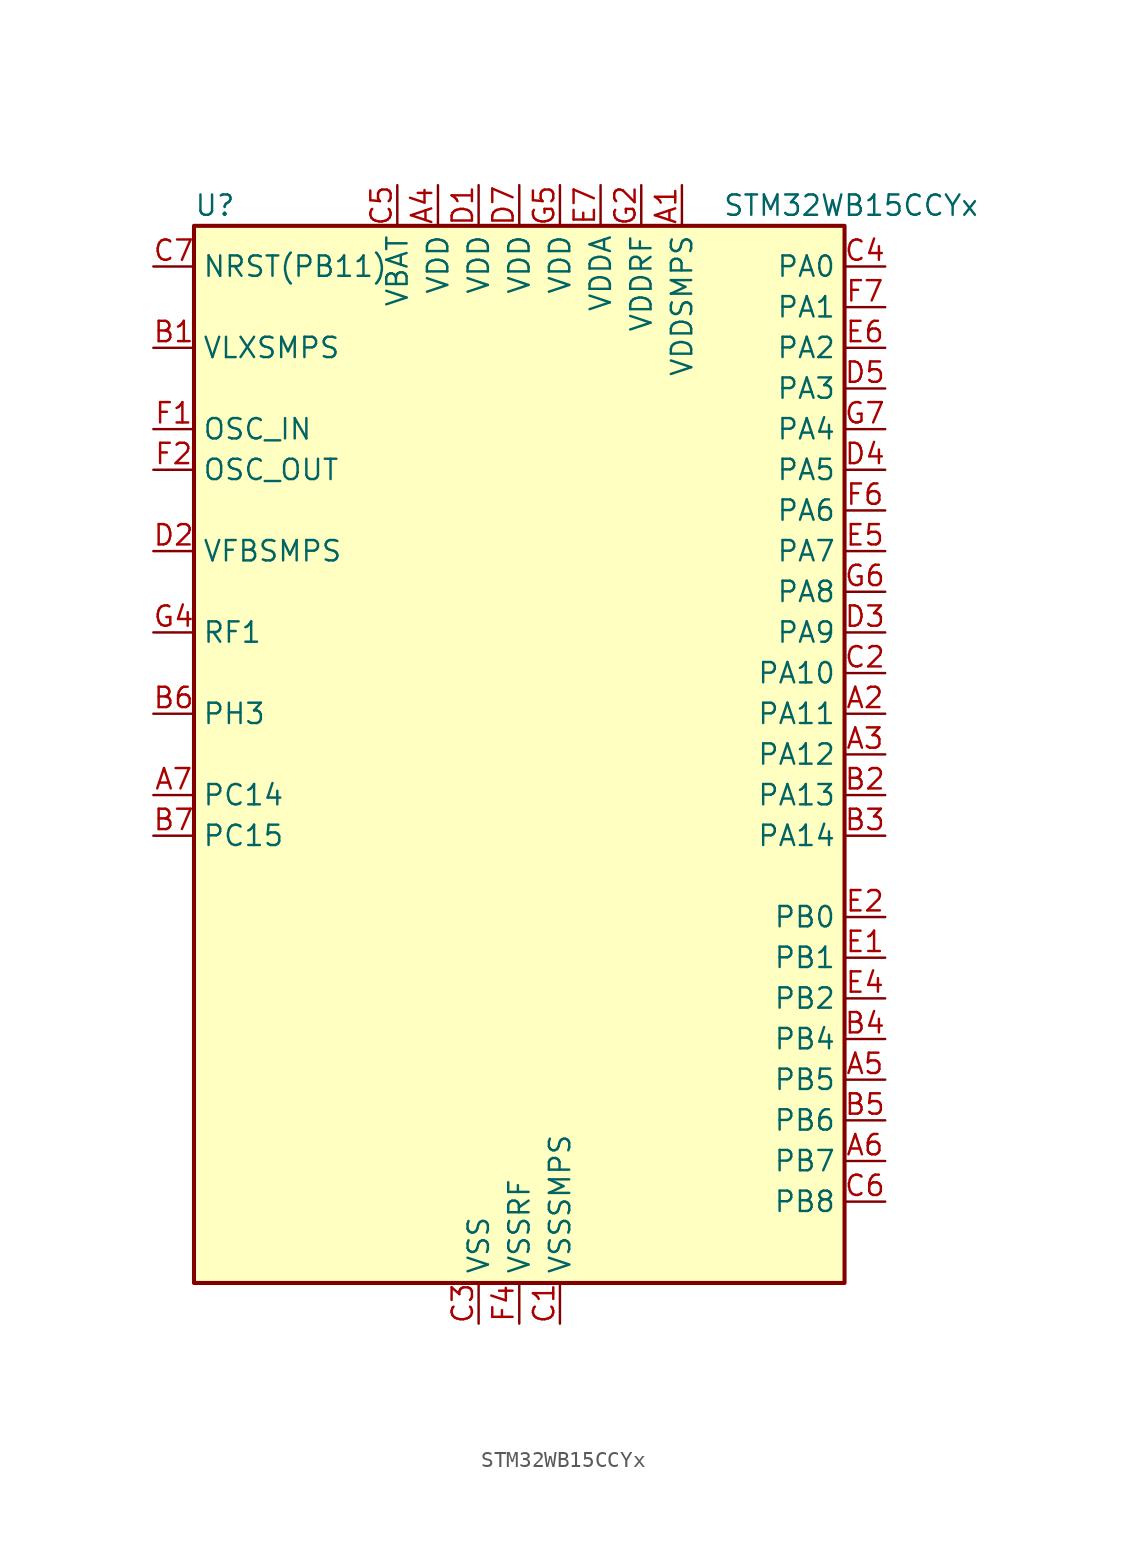
<source format=kicad_sym>
(kicad_symbol_lib
  (version 20231120)
  (generator "kicad_symbol_editor")
  (generator_version "8.0")
  (symbol "STM32WB15CCYx"
    (property "Reference" "U"
      (at -20.32 34.29 0)
      (effects (font (size 1.27 1.27)) (justify left)))
    (property "Value" "STM32WB15CCYx"
      (at 12.7 34.29 0)
      (effects (font (size 1.27 1.27)) (justify left)))
    (property "ki_locked" ""
      (at 0 0 0)
      (effects (font (size 1.27 1.27))))
    (symbol "STM32WB15CCYx_0_1"
      (rectangle (start -20.32 -33.02) (end 20.32 33.02) (stroke (width 0.254) (type default)) (fill (type background))))
    (symbol "STM32WB15CCYx_1_1"
      (pin power_in line (at 10.16 35.56 270) (length 2.54) (name "VDDSMPS" (effects (font (size 1.27 1.27)))) (number "A1" (effects (font (size 1.27 1.27)))))
      (pin bidirectional line (at 22.86 2.54 180) (length 2.54) (name "PA11" (effects (font (size 1.27 1.27)))) (number "A2" (effects (font (size 1.27 1.27)))) (alternate "ADC1_EXTI11" bidirectional line) (alternate "SPI1_MISO" bidirectional line) (alternate "TIM1_BKIN2" bidirectional line) (alternate "TIM1_CH4" bidirectional line) (alternate "USART1_CTS" bidirectional line) (alternate "USART1_NSS" bidirectional line))
      (pin bidirectional line (at 22.86 0 180) (length 2.54) (name "PA12" (effects (font (size 1.27 1.27)))) (number "A3" (effects (font (size 1.27 1.27)))) (alternate "LPUART1_RX" bidirectional line) (alternate "SPI1_MOSI" bidirectional line) (alternate "TIM1_ETR" bidirectional line) (alternate "USART1_DE" bidirectional line) (alternate "USART1_RTS" bidirectional line))
      (pin power_in line (at -5.08 35.56 270) (length 2.54) (name "VDD" (effects (font (size 1.27 1.27)))) (number "A4" (effects (font (size 1.27 1.27)))))
      (pin bidirectional line (at 22.86 -20.32 180) (length 2.54) (name "PB5" (effects (font (size 1.27 1.27)))) (number "A5" (effects (font (size 1.27 1.27)))) (alternate "I2C1_SMBA" bidirectional line) (alternate "LPTIM1_IN1" bidirectional line) (alternate "LPUART1_TX" bidirectional line) (alternate "SPI1_MOSI" bidirectional line) (alternate "TSC_G2_IO2" bidirectional line) (alternate "USART1_CK" bidirectional line))
      (pin bidirectional line (at 22.86 -25.4 180) (length 2.54) (name "PB7" (effects (font (size 1.27 1.27)))) (number "A6" (effects (font (size 1.27 1.27)))) (alternate "I2C1_SDA" bidirectional line) (alternate "LPTIM1_IN2" bidirectional line) (alternate "SYS_PVD_IN" bidirectional line) (alternate "TIM1_BKIN" bidirectional line) (alternate "TIM1_CH3" bidirectional line) (alternate "TSC_G2_IO4" bidirectional line) (alternate "USART1_RX" bidirectional line))
      (pin bidirectional line (at -22.86 -2.54 0) (length 2.54) (name "PC14" (effects (font (size 1.27 1.27)))) (number "A7" (effects (font (size 1.27 1.27)))) (alternate "RCC_OSC32_IN" bidirectional line))
      (pin power_in line (at -22.86 25.4 0) (length 2.54) (name "VLXSMPS" (effects (font (size 1.27 1.27)))) (number "B1" (effects (font (size 1.27 1.27)))))
      (pin bidirectional line (at 22.86 -2.54 180) (length 2.54) (name "PA13" (effects (font (size 1.27 1.27)))) (number "B2" (effects (font (size 1.27 1.27)))) (alternate "SPI1_MOSI" bidirectional line) (alternate "SYS_JTMS-SWDIO" bidirectional line) (alternate "TSC_G7_IO1" bidirectional line))
      (pin bidirectional line (at 22.86 -5.08 180) (length 2.54) (name "PA14" (effects (font (size 1.27 1.27)))) (number "B3" (effects (font (size 1.27 1.27)))) (alternate "I2C1_SMBA" bidirectional line) (alternate "LPTIM1_OUT" bidirectional line) (alternate "SPI1_NSS" bidirectional line) (alternate "SYS_JTCK-SWCLK" bidirectional line))
      (pin bidirectional line (at 22.86 -17.78 180) (length 2.54) (name "PB4" (effects (font (size 1.27 1.27)))) (number "B4" (effects (font (size 1.27 1.27)))) (alternate "SPI1_MISO" bidirectional line) (alternate "SYS_JTRST" bidirectional line) (alternate "TSC_G2_IO1" bidirectional line) (alternate "USART1_CTS" bidirectional line) (alternate "USART1_NSS" bidirectional line))
      (pin bidirectional line (at 22.86 -22.86 180) (length 2.54) (name "PB6" (effects (font (size 1.27 1.27)))) (number "B5" (effects (font (size 1.27 1.27)))) (alternate "I2C1_SCL" bidirectional line) (alternate "LPTIM1_ETR" bidirectional line) (alternate "RCC_MCO" bidirectional line) (alternate "SPI1_NSS" bidirectional line) (alternate "TSC_G2_IO3" bidirectional line) (alternate "USART1_TX" bidirectional line))
      (pin bidirectional line (at -22.86 2.54 0) (length 2.54) (name "PH3" (effects (font (size 1.27 1.27)))) (number "B6" (effects (font (size 1.27 1.27)))) (alternate "RCC_LSCO" bidirectional line))
      (pin bidirectional line (at -22.86 -5.08 0) (length 2.54) (name "PC15" (effects (font (size 1.27 1.27)))) (number "B7" (effects (font (size 1.27 1.27)))) (alternate "RCC_OSC32_OUT" bidirectional line))
      (pin power_in line (at 2.54 -35.56 90) (length 2.54) (name "VSSSMPS" (effects (font (size 1.27 1.27)))) (number "C1" (effects (font (size 1.27 1.27)))))
      (pin bidirectional line (at 22.86 5.08 180) (length 2.54) (name "PA10" (effects (font (size 1.27 1.27)))) (number "C2" (effects (font (size 1.27 1.27)))) (alternate "I2C1_SDA" bidirectional line) (alternate "TIM1_CH3" bidirectional line) (alternate "TSC_G7_IO2" bidirectional line) (alternate "USART1_RX" bidirectional line))
      (pin power_in line (at -2.54 -35.56 90) (length 2.54) (name "VSS" (effects (font (size 1.27 1.27)))) (number "C3" (effects (font (size 1.27 1.27)))))
      (pin bidirectional line (at 22.86 30.48 180) (length 2.54) (name "PA0" (effects (font (size 1.27 1.27)))) (number "C4" (effects (font (size 1.27 1.27)))) (alternate "ADC1_IN5" bidirectional line) (alternate "COMP1_INM" bidirectional line) (alternate "COMP1_OUT" bidirectional line) (alternate "RTC_TAMP2" bidirectional line) (alternate "SYS_WKUP1" bidirectional line) (alternate "TIM2_CH1" bidirectional line) (alternate "TIM2_ETR" bidirectional line))
      (pin power_in line (at -7.62 35.56 270) (length 2.54) (name "VBAT" (effects (font (size 1.27 1.27)))) (number "C5" (effects (font (size 1.27 1.27)))))
      (pin bidirectional line (at 22.86 -27.94 180) (length 2.54) (name "PB8" (effects (font (size 1.27 1.27)))) (number "C6" (effects (font (size 1.27 1.27)))) (alternate "I2C1_SCL" bidirectional line) (alternate "TIM1_CH2N" bidirectional line) (alternate "TSC_G7_IO3" bidirectional line))
      (pin input line (at -22.86 30.48 0) (length 2.54) (name "NRST(PB11)" (effects (font (size 1.27 1.27)))) (number "C7" (effects (font (size 1.27 1.27)))))
      (pin power_in line (at -2.54 35.56 270) (length 2.54) (name "VDD" (effects (font (size 1.27 1.27)))) (number "D1" (effects (font (size 1.27 1.27)))))
      (pin input line (at -22.86 12.7 0) (length 2.54) (name "VFBSMPS" (effects (font (size 1.27 1.27)))) (number "D2" (effects (font (size 1.27 1.27)))))
      (pin bidirectional line (at 22.86 7.62 180) (length 2.54) (name "PA9" (effects (font (size 1.27 1.27)))) (number "D3" (effects (font (size 1.27 1.27)))) (alternate "ADC1_IN4" bidirectional line) (alternate "COMP1_INM" bidirectional line) (alternate "I2C1_SCL" bidirectional line) (alternate "TIM1_CH2" bidirectional line) (alternate "USART1_TX" bidirectional line))
      (pin bidirectional line (at 22.86 17.78 180) (length 2.54) (name "PA5" (effects (font (size 1.27 1.27)))) (number "D4" (effects (font (size 1.27 1.27)))) (alternate "ADC1_IN10" bidirectional line) (alternate "COMP1_INM" bidirectional line) (alternate "LPTIM2_ETR" bidirectional line) (alternate "SPI1_MOSI" bidirectional line) (alternate "SPI1_SCK" bidirectional line) (alternate "TIM2_CH1" bidirectional line) (alternate "TIM2_ETR" bidirectional line))
      (pin bidirectional line (at 22.86 22.86 180) (length 2.54) (name "PA3" (effects (font (size 1.27 1.27)))) (number "D5" (effects (font (size 1.27 1.27)))) (alternate "ADC1_IN8" bidirectional line) (alternate "LPUART1_RX" bidirectional line) (alternate "TIM2_CH4" bidirectional line))
      (pin passive line (at -2.54 -35.56 90) (length 2.54) hide (name "VSS" (effects (font (size 1.27 1.27)))) (number "D6" (effects (font (size 1.27 1.27)))))
      (pin power_in line (at 0 35.56 270) (length 2.54) (name "VDD" (effects (font (size 1.27 1.27)))) (number "D7" (effects (font (size 1.27 1.27)))))
      (pin bidirectional line (at 22.86 -12.7 180) (length 2.54) (name "PB1" (effects (font (size 1.27 1.27)))) (number "E1" (effects (font (size 1.27 1.27)))) (alternate "LPTIM2_IN1" bidirectional line) (alternate "LPUART1_DE" bidirectional line) (alternate "LPUART1_RTS" bidirectional line))
      (pin bidirectional line (at 22.86 -10.16 180) (length 2.54) (name "PB0" (effects (font (size 1.27 1.27)))) (number "E2" (effects (font (size 1.27 1.27)))) (alternate "COMP1_OUT" bidirectional line) (alternate "RF_TX_MOD_EXT_PA" bidirectional line))
      (pin no_connect line (at -20.32 -33.02 0) (length 2.54) hide (name "AT0" (effects (font (size 1.27 1.27)))) (number "E3" (effects (font (size 1.27 1.27)))))
      (pin bidirectional line (at 22.86 -15.24 180) (length 2.54) (name "PB2" (effects (font (size 1.27 1.27)))) (number "E4" (effects (font (size 1.27 1.27)))) (alternate "COMP1_INP" bidirectional line) (alternate "LPTIM1_OUT" bidirectional line) (alternate "RTC_OUT" bidirectional line) (alternate "SPI1_NSS" bidirectional line))
      (pin bidirectional line (at 22.86 12.7 180) (length 2.54) (name "PA7" (effects (font (size 1.27 1.27)))) (number "E5" (effects (font (size 1.27 1.27)))) (alternate "ADC1_IN2" bidirectional line) (alternate "SPI1_MOSI" bidirectional line) (alternate "TIM1_CH1N" bidirectional line))
      (pin bidirectional line (at 22.86 25.4 180) (length 2.54) (name "PA2" (effects (font (size 1.27 1.27)))) (number "E6" (effects (font (size 1.27 1.27)))) (alternate "ADC1_IN7" bidirectional line) (alternate "LPUART1_TX" bidirectional line) (alternate "RCC_LSCO" bidirectional line) (alternate "SYS_WKUP4" bidirectional line) (alternate "TIM2_CH3" bidirectional line))
      (pin power_in line (at 5.08 35.56 270) (length 2.54) (name "VDDA" (effects (font (size 1.27 1.27)))) (number "E7" (effects (font (size 1.27 1.27)))))
      (pin input line (at -22.86 20.32 0) (length 2.54) (name "OSC_IN" (effects (font (size 1.27 1.27)))) (number "F1" (effects (font (size 1.27 1.27)))) (alternate "RCC_OSC_IN" bidirectional line))
      (pin input line (at -22.86 17.78 0) (length 2.54) (name "OSC_OUT" (effects (font (size 1.27 1.27)))) (number "F2" (effects (font (size 1.27 1.27)))) (alternate "RCC_OSC_OUT" bidirectional line))
      (pin no_connect line (at -20.32 -30.48 0) (length 2.54) hide (name "AT1" (effects (font (size 1.27 1.27)))) (number "F3" (effects (font (size 1.27 1.27)))))
      (pin power_in line (at 0 -35.56 90) (length 2.54) (name "VSSRF" (effects (font (size 1.27 1.27)))) (number "F4" (effects (font (size 1.27 1.27)))))
      (pin passive line (at -2.54 -35.56 90) (length 2.54) hide (name "VSS" (effects (font (size 1.27 1.27)))) (number "F5" (effects (font (size 1.27 1.27)))))
      (pin bidirectional line (at 22.86 15.24 180) (length 2.54) (name "PA6" (effects (font (size 1.27 1.27)))) (number "F6" (effects (font (size 1.27 1.27)))) (alternate "ADC1_IN11" bidirectional line) (alternate "LPUART1_CTS" bidirectional line) (alternate "SPI1_MISO" bidirectional line) (alternate "TIM1_BKIN" bidirectional line))
      (pin bidirectional line (at 22.86 27.94 180) (length 2.54) (name "PA1" (effects (font (size 1.27 1.27)))) (number "F7" (effects (font (size 1.27 1.27)))) (alternate "ADC1_IN6" bidirectional line) (alternate "COMP1_INP" bidirectional line) (alternate "I2C1_SMBA" bidirectional line) (alternate "SPI1_SCK" bidirectional line) (alternate "TIM2_CH2" bidirectional line))
      (pin passive line (at 0 -35.56 90) (length 2.54) hide (name "VSSRF" (effects (font (size 1.27 1.27)))) (number "G1" (effects (font (size 1.27 1.27)))))
      (pin power_in line (at 7.62 35.56 270) (length 2.54) (name "VDDRF" (effects (font (size 1.27 1.27)))) (number "G2" (effects (font (size 1.27 1.27)))))
      (pin passive line (at 0 -35.56 90) (length 2.54) hide (name "VSSRF" (effects (font (size 1.27 1.27)))) (number "G3" (effects (font (size 1.27 1.27)))))
      (pin bidirectional line (at -22.86 7.62 0) (length 2.54) (name "RF1" (effects (font (size 1.27 1.27)))) (number "G4" (effects (font (size 1.27 1.27)))) (alternate "RF_RF1" bidirectional line))
      (pin power_in line (at 2.54 35.56 270) (length 2.54) (name "VDD" (effects (font (size 1.27 1.27)))) (number "G5" (effects (font (size 1.27 1.27)))))
      (pin bidirectional line (at 22.86 10.16 180) (length 2.54) (name "PA8" (effects (font (size 1.27 1.27)))) (number "G6" (effects (font (size 1.27 1.27)))) (alternate "ADC1_IN3" bidirectional line) (alternate "LPTIM2_OUT" bidirectional line) (alternate "RCC_MCO" bidirectional line) (alternate "TIM1_CH1" bidirectional line) (alternate "USART1_CK" bidirectional line))
      (pin bidirectional line (at 22.86 20.32 180) (length 2.54) (name "PA4" (effects (font (size 1.27 1.27)))) (number "G7" (effects (font (size 1.27 1.27)))) (alternate "ADC1_IN9" bidirectional line) (alternate "COMP1_INM" bidirectional line) (alternate "LPTIM2_OUT" bidirectional line) (alternate "SPI1_NSS" bidirectional line)))))
</source>
